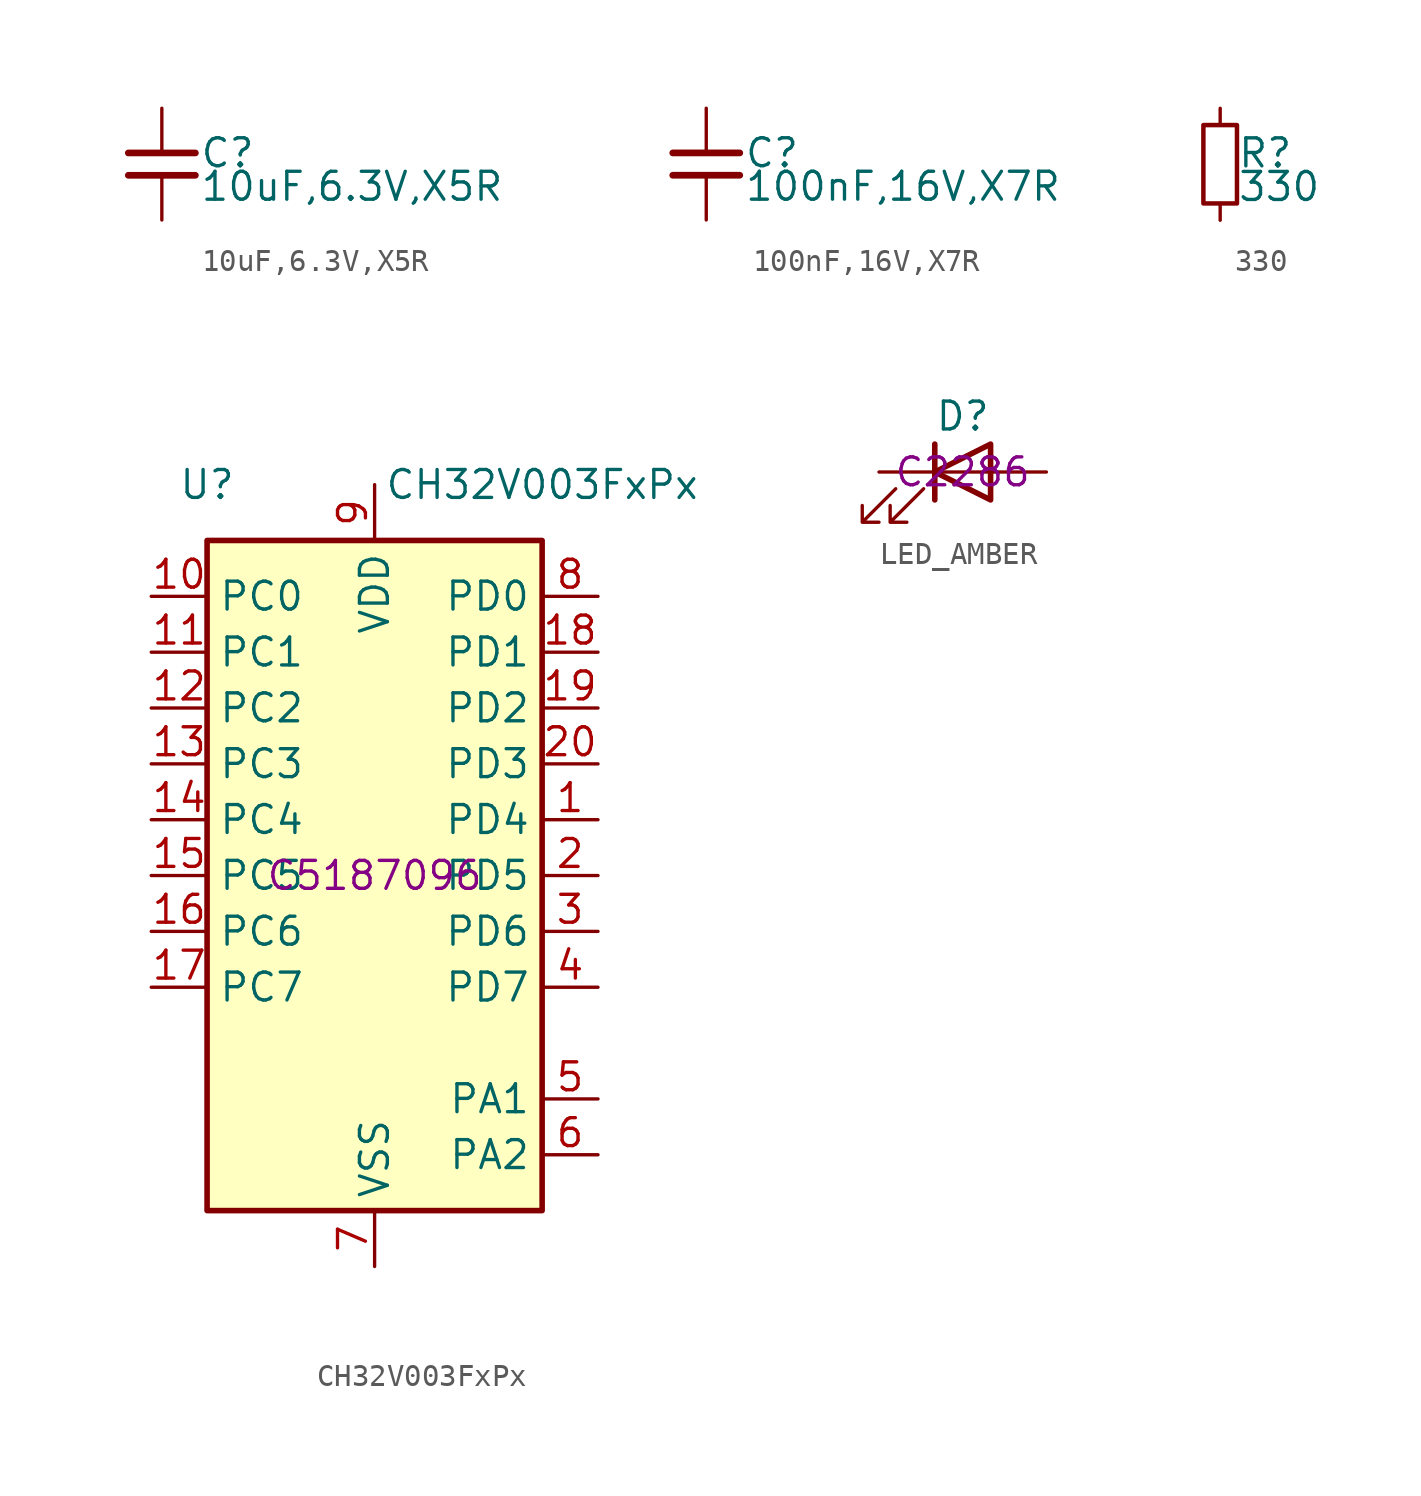
<source format=kicad_sym>
(kicad_symbol_lib
  (version 20231120)
  (generator "kicad_symbol_editor")
  (generator_version "8.0")
  (symbol "10uF,6.3V,X5R"
    (property "Reference" "C"
      (at 1.71 0.508 0)
      (effects (font (size 1.27 1.27)) (justify left)))
    (property "Value" "10uF,6.3V,X5R"
      (at 1.71 -1.016 0)
      (effects (font (size 1.27 1.27)) (justify left)))
    (property "ki_locked" ""
      (at 0 0 0)
      (effects (font (size 1.27 1.27))))
    (symbol "10uF,6.3V,X5R_0_0"
      (polyline (pts (xy -1.524 -0.508) (xy 1.524 -0.508)) (stroke (width 0.305) (type default)) (fill (type none)))
      (polyline (pts (xy -1.524 0.508) (xy 1.524 0.508)) (stroke (width 0.305) (type default)) (fill (type none)))
      (pin passive line (at 0 2.54 270) (length 2.032) (name "~" (effects (font (size 0 0)))) (number "1" (effects (font (size 0 0)))))
      (pin passive line (at 0 -2.54 90) (length 2.032) (name "~" (effects (font (size 0 0)))) (number "2" (effects (font (size 0 0)))))))
  (symbol "100nF,16V,X7R"
    (property "Reference" "C"
      (at 1.71 0.508 0)
      (effects (font (size 1.27 1.27)) (justify left)))
    (property "Value" "100nF,16V,X7R"
      (at 1.71 -1.016 0)
      (effects (font (size 1.27 1.27)) (justify left)))
    (property "ki_locked" ""
      (at 0 0 0)
      (effects (font (size 1.27 1.27))))
    (symbol "100nF,16V,X7R_0_0"
      (polyline (pts (xy -1.524 -0.508) (xy 1.524 -0.508)) (stroke (width 0.305) (type default)) (fill (type none)))
      (polyline (pts (xy -1.524 0.508) (xy 1.524 0.508)) (stroke (width 0.305) (type default)) (fill (type none)))
      (pin passive line (at 0 2.54 270) (length 2.032) (name "~" (effects (font (size 0 0)))) (number "1" (effects (font (size 0 0)))))
      (pin passive line (at 0 -2.54 90) (length 2.032) (name "~" (effects (font (size 0 0)))) (number "2" (effects (font (size 0 0)))))))
  (symbol "330"
    (property "Reference" "R"
      (at 0.762 0.508 0)
      (effects (font (size 1.27 1.27)) (justify left)))
    (property "Value" "330"
      (at 0.762 -1.016 0)
      (effects (font (size 1.27 1.27)) (justify left)))
    (property "ki_locked" ""
      (at 0 0 0)
      (effects (font (size 1.27 1.27))))
    (symbol "330_0_0"
      (rectangle (start -0.762 1.778) (end 0.762 -1.778) (stroke (width 0.203) (type default)) (fill (type none)))
      (pin passive line (at 0 2.54 270) (length 0.762) (name "~" (effects (font (size 0 0)))) (number "1" (effects (font (size 0 0)))))
      (pin passive line (at 0 -2.54 90) (length 0.762) (name "~" (effects (font (size 0 0)))) (number "2" (effects (font (size 0 0)))))))
  (symbol "CH32V003FxPx"
    (property "Reference" "U"
      (at -7.62 17.78 0)
      (effects (font (size 1.27 1.27))))
    (property "Value" "CH32V003FxPx"
      (at 7.62 17.78 0)
      (effects (font (size 1.27 1.27))))
    (property "LCSC" "C5187096"
      (at 0 0 0)
      (effects (font (size 1.27 1.27))))
    (symbol "CH32V003FxPx_1_1"
      (rectangle (start -7.62 15.24) (end 7.62 -15.24) (stroke (width 0.254) (type default)) (fill (type background)))
      (pin bidirectional line (at 10.16 2.54 180) (length 2.54) (name "PD4" (effects (font (size 1.27 1.27)))) (number "1" (effects (font (size 1.27 1.27)))) (alternate "A7" bidirectional line) (alternate "OPO" bidirectional line) (alternate "T1CH4_3" bidirectional line) (alternate "T2CH1ETR" bidirectional line) (alternate "TIETR_2" bidirectional line) (alternate "UCK" bidirectional line))
      (pin bidirectional line (at -10.16 12.7 0) (length 2.54) (name "PC0" (effects (font (size 1.27 1.27)))) (number "10" (effects (font (size 1.27 1.27)))) (alternate "NSS_1" bidirectional line) (alternate "T1CH3_1" bidirectional line) (alternate "T2CH3" bidirectional line) (alternate "T2CH3_2" bidirectional line) (alternate "UTX_3" bidirectional line))
      (pin bidirectional line (at -10.16 10.16 0) (length 2.54) (name "PC1" (effects (font (size 1.27 1.27)))) (number "11" (effects (font (size 1.27 1.27)))) (alternate "NSS" bidirectional line) (alternate "SDA" bidirectional line) (alternate "T1BKIN_1" bidirectional line) (alternate "T1BKIN_3" bidirectional line) (alternate "T2CH1ETR_2" bidirectional line) (alternate "T2CH1ETR_3" bidirectional line) (alternate "T2CH4_1" bidirectional line) (alternate "URX_3" bidirectional line))
      (pin bidirectional line (at -10.16 7.62 0) (length 2.54) (name "PC2" (effects (font (size 1.27 1.27)))) (number "12" (effects (font (size 1.27 1.27)))) (alternate "AETR_1" bidirectional line) (alternate "SCL" bidirectional line) (alternate "T1BKIN" bidirectional line) (alternate "T1BKIN_2" bidirectional line) (alternate "T1ETR_3" bidirectional line) (alternate "T2CH2_1" bidirectional line) (alternate "URTS" bidirectional line) (alternate "URTS_1" bidirectional line))
      (pin bidirectional line (at -10.16 5.08 0) (length 2.54) (name "PC3" (effects (font (size 1.27 1.27)))) (number "13" (effects (font (size 1.27 1.27)))) (alternate "T1CH1N_1" bidirectional line) (alternate "T1CH1N_3" bidirectional line) (alternate "T1CH3" bidirectional line) (alternate "T1CH3_2" bidirectional line) (alternate "UCTS_1" bidirectional line))
      (pin bidirectional line (at -10.16 2.54 0) (length 2.54) (name "PC4" (effects (font (size 1.27 1.27)))) (number "14" (effects (font (size 1.27 1.27)))) (alternate "A2" bidirectional line) (alternate "MCO" bidirectional line) (alternate "T1CH1_3" bidirectional line) (alternate "T1CH2N_1" bidirectional line) (alternate "T1CH4" bidirectional line) (alternate "T1CH4_2" bidirectional line))
      (pin bidirectional line (at -10.16 0 0) (length 2.54) (name "PC5" (effects (font (size 1.27 1.27)))) (number "15" (effects (font (size 1.27 1.27)))) (alternate "SCK" bidirectional line) (alternate "SCK_1" bidirectional line) (alternate "SCL_2" bidirectional line) (alternate "SCL_3" bidirectional line) (alternate "T1CH3_3" bidirectional line) (alternate "T1ETR" bidirectional line) (alternate "T1ETR_1" bidirectional line) (alternate "T2CH1ETR_1" bidirectional line) (alternate "UCK_3" bidirectional line))
      (pin bidirectional line (at -10.16 -2.54 0) (length 2.54) (name "PC6" (effects (font (size 1.27 1.27)))) (number "16" (effects (font (size 1.27 1.27)))) (alternate "MOSI" bidirectional line) (alternate "MOSI_1" bidirectional line) (alternate "SDA_2" bidirectional line) (alternate "SDA_3" bidirectional line) (alternate "T1CH1_1" bidirectional line) (alternate "T1CH3N_3" bidirectional line) (alternate "UCTS_2" bidirectional line) (alternate "UCTS_3" bidirectional line))
      (pin bidirectional line (at -10.16 -5.08 0) (length 2.54) (name "PC7" (effects (font (size 1.27 1.27)))) (number "17" (effects (font (size 1.27 1.27)))) (alternate "MISO" bidirectional line) (alternate "MISO_1" bidirectional line) (alternate "T1CH2_1" bidirectional line) (alternate "T1CH2_3" bidirectional line) (alternate "T2CH2_3" bidirectional line) (alternate "URTS_2" bidirectional line) (alternate "URTS_3" bidirectional line))
      (pin bidirectional line (at 10.16 10.16 180) (length 2.54) (name "PD1" (effects (font (size 1.27 1.27)))) (number "18" (effects (font (size 1.27 1.27)))) (alternate "AETR2" bidirectional line) (alternate "SCL_1" bidirectional line) (alternate "SWIO" bidirectional line) (alternate "T1CH3N" bidirectional line) (alternate "T1CH3N_1" bidirectional line) (alternate "T1CH3N_2" bidirectional line) (alternate "URX_1" bidirectional line))
      (pin bidirectional line (at 10.16 7.62 180) (length 2.54) (name "PD2" (effects (font (size 1.27 1.27)))) (number "19" (effects (font (size 1.27 1.27)))) (alternate "A3" bidirectional line) (alternate "T1CH1" bidirectional line) (alternate "T1CH1_2" bidirectional line) (alternate "T1CH2N_3" bidirectional line) (alternate "T2CH3_1" bidirectional line))
      (pin bidirectional line (at 10.16 0 180) (length 2.54) (name "PD5" (effects (font (size 1.27 1.27)))) (number "2" (effects (font (size 1.27 1.27)))) (alternate "A5" bidirectional line) (alternate "T2CH4_3" bidirectional line) (alternate "URX_2" bidirectional line) (alternate "UTX" bidirectional line))
      (pin bidirectional line (at 10.16 5.08 180) (length 2.54) (name "PD3" (effects (font (size 1.27 1.27)))) (number "20" (effects (font (size 1.27 1.27)))) (alternate "A4" bidirectional line) (alternate "AETR" bidirectional line) (alternate "T1CH4_1" bidirectional line) (alternate "T2CH2" bidirectional line) (alternate "T2CH2_2" bidirectional line) (alternate "UCTS" bidirectional line))
      (pin bidirectional line (at 10.16 -2.54 180) (length 2.54) (name "PD6" (effects (font (size 1.27 1.27)))) (number "3" (effects (font (size 1.27 1.27)))) (alternate "A6" bidirectional line) (alternate "T2CH3_3" bidirectional line) (alternate "URX" bidirectional line) (alternate "UTX_2" bidirectional line))
      (pin bidirectional line (at 10.16 -5.08 180) (length 2.54) (name "PD7" (effects (font (size 1.27 1.27)))) (number "4" (effects (font (size 1.27 1.27)))) (alternate "NRST" bidirectional line) (alternate "OPP1" bidirectional line) (alternate "T2CH4" bidirectional line) (alternate "T2CH4_2" bidirectional line) (alternate "UCK_1" bidirectional line) (alternate "UCK_2" bidirectional line))
      (pin bidirectional line (at 10.16 -10.16 180) (length 2.54) (name "PA1" (effects (font (size 1.27 1.27)))) (number "5" (effects (font (size 1.27 1.27)))) (alternate "A1" bidirectional line) (alternate "OPN0" bidirectional line) (alternate "OSCI" bidirectional line) (alternate "T1CH2" bidirectional line) (alternate "T1CH2_2" bidirectional line))
      (pin bidirectional line (at 10.16 -12.7 180) (length 2.54) (name "PA2" (effects (font (size 1.27 1.27)))) (number "6" (effects (font (size 1.27 1.27)))) (alternate "A0" bidirectional line) (alternate "AETR2_1" bidirectional line) (alternate "OPP0" bidirectional line) (alternate "OSCO" bidirectional line) (alternate "TICH2N" bidirectional line) (alternate "TICH2N_2" bidirectional line))
      (pin power_in line (at 0 -17.78 90) (length 2.54) (name "VSS" (effects (font (size 1.27 1.27)))) (number "7" (effects (font (size 1.27 1.27)))))
      (pin bidirectional line (at 10.16 12.7 180) (length 2.54) (name "PD0" (effects (font (size 1.27 1.27)))) (number "8" (effects (font (size 1.27 1.27)))) (alternate "OPN1" bidirectional line) (alternate "SDA_1" bidirectional line) (alternate "TICH1N" bidirectional line) (alternate "TICH1N_2" bidirectional line) (alternate "UTX_1" bidirectional line))
      (pin power_in line (at 0 17.78 270) (length 2.54) (name "VDD" (effects (font (size 1.27 1.27)))) (number "9" (effects (font (size 1.27 1.27)))))))
  (symbol "LED_AMBER"
    (pin_numbers hide)
    (pin_names
      (offset 1.016) hide)
    (property "Reference" "D"
      (at 0 2.54 0)
      (effects (font (size 1.27 1.27))))
    (property "LCSC" "C2286"
      (at 0 0 0)
      (effects (font (size 1.27 1.27))))
    (symbol "LED_AMBER_0_1"
      (polyline (pts (xy -1.27 -1.27) (xy -1.27 1.27)) (stroke (width 0.254) (type default)) (fill (type none)))
      (polyline (pts (xy -1.27 0) (xy 1.27 0)) (stroke (width 0) (type default)) (fill (type none)))
      (polyline (pts (xy 1.27 -1.27) (xy 1.27 1.27) (xy -1.27 0) (xy 1.27 -1.27)) (stroke (width 0.254) (type default)) (fill (type none)))
      (polyline (pts (xy -3.048 -0.762) (xy -4.572 -2.286) (xy -3.81 -2.286) (xy -4.572 -2.286) (xy -4.572 -1.524)) (stroke (width 0) (type default)) (fill (type none)))
      (polyline (pts (xy -1.778 -0.762) (xy -3.302 -2.286) (xy -2.54 -2.286) (xy -3.302 -2.286) (xy -3.302 -1.524)) (stroke (width 0) (type default)) (fill (type none))))
    (symbol "LED_AMBER_1_1"
      (pin passive line (at -3.81 0 0) (length 2.54) (name "K" (effects (font (size 1.27 1.27)))) (number "1" (effects (font (size 1.27 1.27)))))
      (pin passive line (at 3.81 0 180) (length 2.54) (name "A" (effects (font (size 1.27 1.27)))) (number "2" (effects (font (size 1.27 1.27))))))))
</source>
